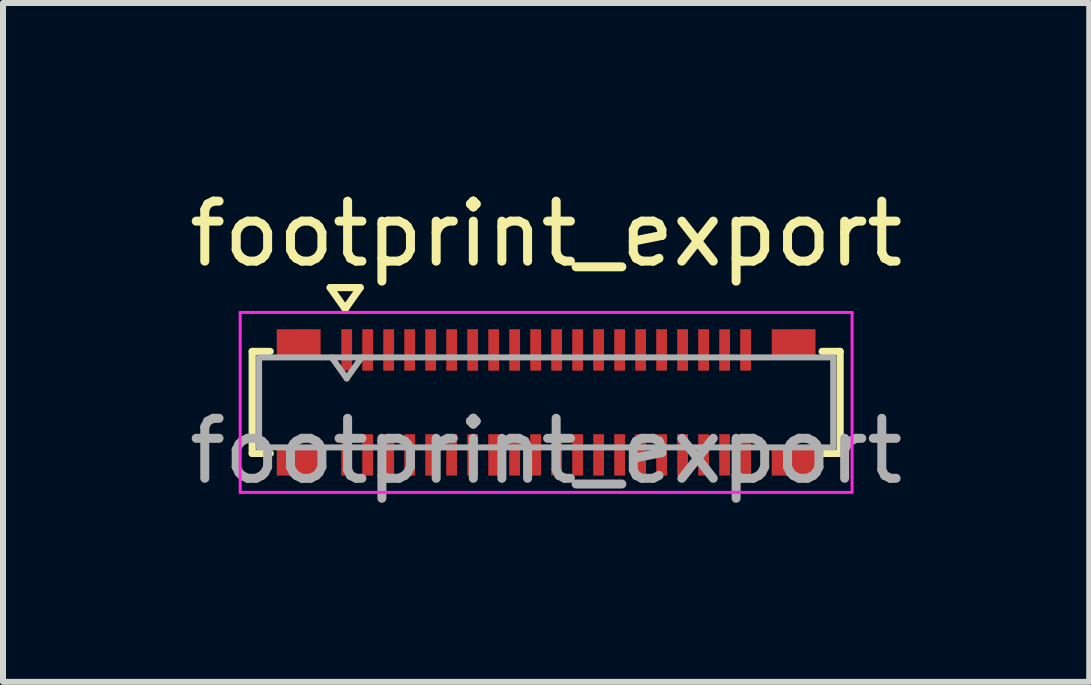
<source format=kicad_pcb>
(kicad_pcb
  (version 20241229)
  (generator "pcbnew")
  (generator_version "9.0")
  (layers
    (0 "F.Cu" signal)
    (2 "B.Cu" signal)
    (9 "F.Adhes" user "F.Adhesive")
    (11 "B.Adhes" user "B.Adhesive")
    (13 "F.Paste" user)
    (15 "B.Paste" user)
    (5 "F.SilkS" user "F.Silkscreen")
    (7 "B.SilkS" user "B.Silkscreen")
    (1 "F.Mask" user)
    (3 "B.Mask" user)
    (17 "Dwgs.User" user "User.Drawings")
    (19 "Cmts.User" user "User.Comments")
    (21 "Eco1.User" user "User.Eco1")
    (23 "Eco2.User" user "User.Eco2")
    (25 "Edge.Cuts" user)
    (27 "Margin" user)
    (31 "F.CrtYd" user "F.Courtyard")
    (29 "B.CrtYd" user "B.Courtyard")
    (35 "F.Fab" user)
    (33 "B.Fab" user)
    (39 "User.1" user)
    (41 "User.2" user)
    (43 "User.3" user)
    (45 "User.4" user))
  (footprint "footprint_export"
    (layer "F.Cu")
    (at 6.054 3.658)
    (property "Reference" "footprint_export" (at 0 -2.81 0) (layer "F.SilkS") (effects (font (size 1 1) (thickness 0.15))))
    (attr smd)
    (fp_line (start -4.9 -0.85) (end -4.9 0.85) (stroke (width 0.12) (type solid)) (layer "F.SilkS"))
    (fp_line (start -4.9 -0.85) (end -4.6 -0.85) (stroke (width 0.12) (type solid)) (layer "F.SilkS"))
    (fp_line (start -4.9 0.85) (end -4.6 0.85) (stroke (width 0.12) (type solid)) (layer "F.SilkS"))
    (fp_line (start -3.6 -1.914) (end -3.35 -1.56) (stroke (width 0.12) (type solid)) (layer "F.SilkS"))
    (fp_line (start -3.35 -1.56) (end -3.1 -1.914) (stroke (width 0.12) (type solid)) (layer "F.SilkS"))
    (fp_line (start -3.1 -1.914) (end -3.6 -1.914) (stroke (width 0.12) (type solid)) (layer "F.SilkS"))
    (fp_line (start 4.9 -0.85) (end 4.6 -0.85) (stroke (width 0.12) (type solid)) (layer "F.SilkS"))
    (fp_line (start 4.9 -0.85) (end 4.9 0.85) (stroke (width 0.12) (type solid)) (layer "F.SilkS"))
    (fp_line (start 4.9 0.85) (end 4.6 0.85) (stroke (width 0.12) (type solid)) (layer "F.SilkS"))
    (fp_line (start -5.1 -1.5) (end -5.1 1.5) (stroke (width 0.05) (type solid)) (layer "F.CrtYd"))
    (fp_line (start -5.1 1.5) (end 5.1 1.5) (stroke (width 0.05) (type solid)) (layer "F.CrtYd"))
    (fp_line (start 5.1 -1.5) (end -5.1 -1.5) (stroke (width 0.05) (type solid)) (layer "F.CrtYd"))
    (fp_line (start 5.1 1.5) (end 5.1 -1.5) (stroke (width 0.05) (type solid)) (layer "F.CrtYd"))
    (fp_line (start -4.785 -0.75) (end -4.785 0.75) (stroke (width 0.1) (type solid)) (layer "F.Fab"))
    (fp_line (start -4.785 -0.75) (end 4.785 -0.75) (stroke (width 0.1) (type solid)) (layer "F.Fab"))
    (fp_line (start -4.785 0.75) (end 4.785 0.75) (stroke (width 0.1) (type solid)) (layer "F.Fab"))
    (fp_line (start -3.575 -0.75) (end -3.325 -0.4) (stroke (width 0.1) (type solid)) (layer "F.Fab"))
    (fp_line (start -3.325 -0.4) (end -3.075 -0.75) (stroke (width 0.1) (type solid)) (layer "F.Fab"))
    (fp_line (start 4.785 -0.75) (end 4.785 0.75) (stroke (width 0.1) (type solid)) (layer "F.Fab"))
    (fp_text user "${REFERENCE}" (at 0 0.81 0) (layer "F.Fab") (effects (font (size 1 1) (thickness 0.15))))
    (pad "1" smd rect (at -3.325 -0.875) (size 0.18 0.69) (layers "F.Cu" "F.Mask" "F.Paste"))
    (pad "2" smd rect (at -3.325 0.875) (size 0.18 0.69) (layers "F.Cu" "F.Mask" "F.Paste"))
    (pad "3" smd rect (at -2.975 -0.875) (size 0.18 0.69) (layers "F.Cu" "F.Mask" "F.Paste"))
    (pad "4" smd rect (at -2.975 0.875) (size 0.18 0.69) (layers "F.Cu" "F.Mask" "F.Paste"))
    (pad "5" smd rect (at -2.625 -0.875) (size 0.18 0.69) (layers "F.Cu" "F.Mask" "F.Paste"))
    (pad "6" smd rect (at -2.625 0.875) (size 0.18 0.69) (layers "F.Cu" "F.Mask" "F.Paste"))
    (pad "7" smd rect (at -2.275 -0.875) (size 0.18 0.69) (layers "F.Cu" "F.Mask" "F.Paste"))
    (pad "8" smd rect (at -2.275 0.875) (size 0.18 0.69) (layers "F.Cu" "F.Mask" "F.Paste"))
    (pad "9" smd rect (at -1.925 -0.875) (size 0.18 0.69) (layers "F.Cu" "F.Mask" "F.Paste"))
    (pad "10" smd rect (at -1.925 0.875) (size 0.18 0.69) (layers "F.Cu" "F.Mask" "F.Paste"))
    (pad "11" smd rect (at -1.575 -0.875) (size 0.18 0.69) (layers "F.Cu" "F.Mask" "F.Paste"))
    (pad "12" smd rect (at -1.575 0.875) (size 0.18 0.69) (layers "F.Cu" "F.Mask" "F.Paste"))
    (pad "13" smd rect (at -1.225 -0.875) (size 0.18 0.69) (layers "F.Cu" "F.Mask" "F.Paste"))
    (pad "14" smd rect (at -1.225 0.875) (size 0.18 0.69) (layers "F.Cu" "F.Mask" "F.Paste"))
    (pad "15" smd rect (at -0.875 -0.875) (size 0.18 0.69) (layers "F.Cu" "F.Mask" "F.Paste"))
    (pad "16" smd rect (at -0.875 0.875) (size 0.18 0.69) (layers "F.Cu" "F.Mask" "F.Paste"))
    (pad "17" smd rect (at -0.525 -0.875) (size 0.18 0.69) (layers "F.Cu" "F.Mask" "F.Paste"))
    (pad "18" smd rect (at -0.525 0.875) (size 0.18 0.69) (layers "F.Cu" "F.Mask" "F.Paste"))
    (pad "19" smd rect (at -0.175 -0.875) (size 0.18 0.69) (layers "F.Cu" "F.Mask" "F.Paste"))
    (pad "20" smd rect (at -0.175 0.875) (size 0.18 0.69) (layers "F.Cu" "F.Mask" "F.Paste"))
    (pad "21" smd rect (at 0.175 -0.875) (size 0.18 0.69) (layers "F.Cu" "F.Mask" "F.Paste"))
    (pad "22" smd rect (at 0.175 0.875) (size 0.18 0.69) (layers "F.Cu" "F.Mask" "F.Paste"))
    (pad "23" smd rect (at 0.525 -0.875) (size 0.18 0.69) (layers "F.Cu" "F.Mask" "F.Paste"))
    (pad "24" smd rect (at 0.525 0.875) (size 0.18 0.69) (layers "F.Cu" "F.Mask" "F.Paste"))
    (pad "25" smd rect (at 0.875 -0.875) (size 0.18 0.69) (layers "F.Cu" "F.Mask" "F.Paste"))
    (pad "26" smd rect (at 0.875 0.875) (size 0.18 0.69) (layers "F.Cu" "F.Mask" "F.Paste"))
    (pad "27" smd rect (at 1.225 -0.875) (size 0.18 0.69) (layers "F.Cu" "F.Mask" "F.Paste"))
    (pad "28" smd rect (at 1.225 0.875) (size 0.18 0.69) (layers "F.Cu" "F.Mask" "F.Paste"))
    (pad "29" smd rect (at 1.575 -0.875) (size 0.18 0.69) (layers "F.Cu" "F.Mask" "F.Paste"))
    (pad "30" smd rect (at 1.575 0.875) (size 0.18 0.69) (layers "F.Cu" "F.Mask" "F.Paste"))
    (pad "31" smd rect (at 1.925 -0.875) (size 0.18 0.69) (layers "F.Cu" "F.Mask" "F.Paste"))
    (pad "32" smd rect (at 1.925 0.875) (size 0.18 0.69) (layers "F.Cu" "F.Mask" "F.Paste"))
    (pad "33" smd rect (at 2.275 -0.875) (size 0.18 0.69) (layers "F.Cu" "F.Mask" "F.Paste"))
    (pad "34" smd rect (at 2.275 0.875) (size 0.18 0.69) (layers "F.Cu" "F.Mask" "F.Paste"))
    (pad "35" smd rect (at 2.625 -0.875) (size 0.18 0.69) (layers "F.Cu" "F.Mask" "F.Paste"))
    (pad "36" smd rect (at 2.625 0.875) (size 0.18 0.69) (layers "F.Cu" "F.Mask" "F.Paste"))
    (pad "37" smd rect (at 2.975 -0.875) (size 0.18 0.69) (layers "F.Cu" "F.Mask" "F.Paste"))
    (pad "38" smd rect (at 2.975 0.875) (size 0.18 0.69) (layers "F.Cu" "F.Mask" "F.Paste"))
    (pad "39" smd rect (at 3.325 -0.875) (size 0.18 0.69) (layers "F.Cu" "F.Mask" "F.Paste"))
    (pad "40" smd rect (at 3.325 0.875) (size 0.18 0.69) (layers "F.Cu" "F.Mask" "F.Paste"))
    (pad "41" smd rect (at -4.125 -0.975) (size 0.73 0.49) (layers "F.Cu" "F.Mask" "F.Paste"))
    (pad "41" smd rect (at -4.125 0.975) (size 0.73 0.49) (layers "F.Cu" "F.Mask" "F.Paste"))
    (pad "42" smd rect (at 4.125 -0.975) (size 0.73 0.49) (layers "F.Cu" "F.Mask" "F.Paste"))
    (pad "42" smd rect (at 4.125 0.975) (size 0.73 0.49) (layers "F.Cu" "F.Mask" "F.Paste")))
  (gr_rect
    (start -3 -3)
    (end 15.107 8.316)
    (stroke (width 0.1) (type default))
    (fill no)
    (layer "Edge.Cuts")))
</source>
